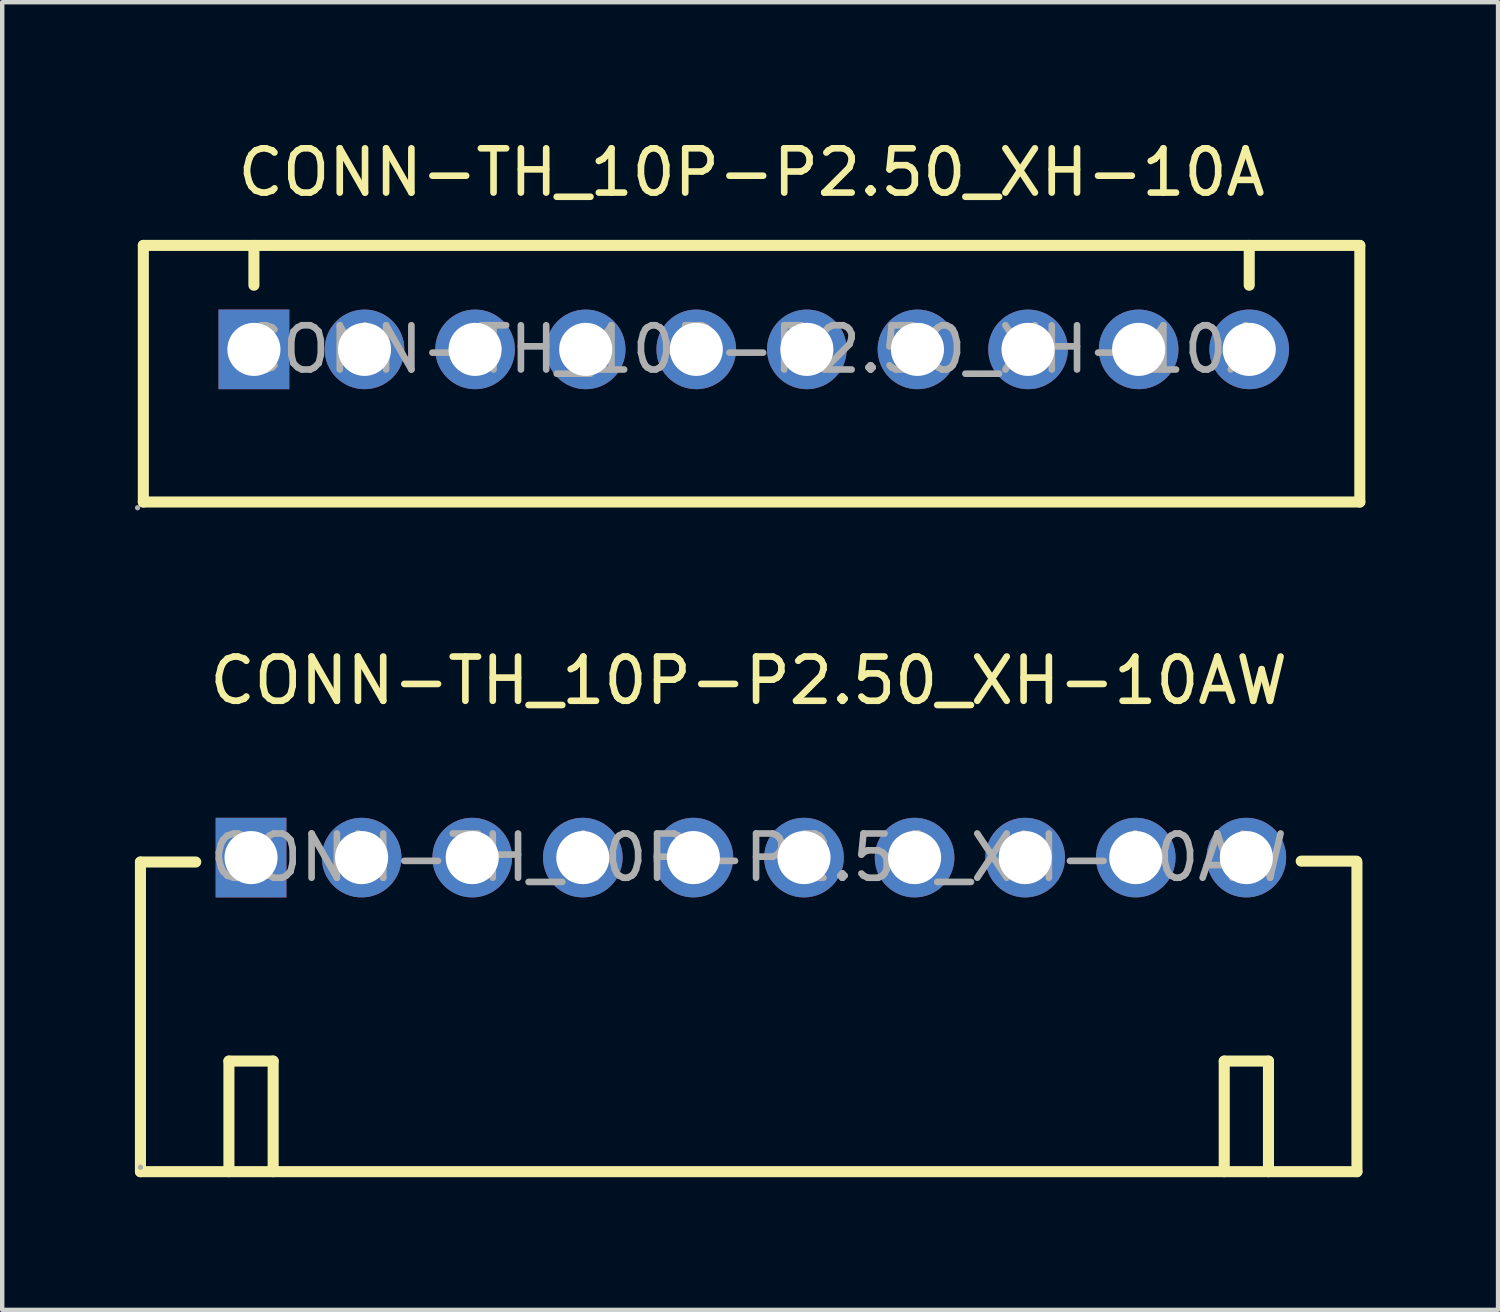
<source format=kicad_pcb>
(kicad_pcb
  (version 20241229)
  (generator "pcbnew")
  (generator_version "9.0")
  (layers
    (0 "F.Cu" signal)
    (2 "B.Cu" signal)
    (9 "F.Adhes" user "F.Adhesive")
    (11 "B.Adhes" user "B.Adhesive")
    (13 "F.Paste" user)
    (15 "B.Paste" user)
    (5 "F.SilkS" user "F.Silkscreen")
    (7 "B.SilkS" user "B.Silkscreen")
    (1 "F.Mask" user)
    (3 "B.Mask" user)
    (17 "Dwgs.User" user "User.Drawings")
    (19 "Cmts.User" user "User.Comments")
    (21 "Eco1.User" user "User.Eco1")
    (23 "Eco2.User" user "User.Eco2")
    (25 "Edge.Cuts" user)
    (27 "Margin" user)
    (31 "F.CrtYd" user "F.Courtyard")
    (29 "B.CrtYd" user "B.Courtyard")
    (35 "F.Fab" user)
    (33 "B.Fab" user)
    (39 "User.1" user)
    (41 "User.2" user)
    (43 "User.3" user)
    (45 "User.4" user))
  (footprint "CONN-TH_10P-P2.50_XH-10A"
    (layer "F.Cu")
    (at 13.94 4.848)
    (property "Reference" "CONN-TH_10P-P2.50_XH-10A" (at 0 -4 0) (layer "F.SilkS") (effects (font (size 1 1) (thickness 0.15))))
    (attr through_hole)
    (fp_line (start -13.75 -2.35) (end -13.75 3.45) (stroke (width 0.25) (type solid)) (layer "F.SilkS"))
    (fp_line (start -13.75 3.45) (end 13.75 3.45) (stroke (width 0.25) (type solid)) (layer "F.SilkS"))
    (fp_line (start -11.25 -1.45) (end -11.25 -2.35) (stroke (width 0.25) (type solid)) (layer "F.SilkS"))
    (fp_line (start 11.25 -1.45) (end 11.25 -2.35) (stroke (width 0.25) (type solid)) (layer "F.SilkS"))
    (fp_line (start 13.75 -2.35) (end -13.75 -2.35) (stroke (width 0.25) (type solid)) (layer "F.SilkS"))
    (fp_line (start 13.75 -2.35) (end 13.75 3.45) (stroke (width 0.25) (type solid)) (layer "F.SilkS"))
    (fp_circle (center -13.88 3.58) (end -13.85 3.58) (stroke (width 0.06) (type solid)) (fill no) (layer "F.Fab"))
    (fp_circle (center -11.25 0) (end -11 0) (stroke (width 0.5) (type solid)) (fill no) (layer "F.Fab"))
    (fp_circle (center -8.75 0) (end -8.5 0) (stroke (width 0.5) (type solid)) (fill no) (layer "F.Fab"))
    (fp_circle (center -6.25 0) (end -6 0) (stroke (width 0.5) (type solid)) (fill no) (layer "F.Fab"))
    (fp_circle (center -3.75 0) (end -3.5 0) (stroke (width 0.5) (type solid)) (fill no) (layer "F.Fab"))
    (fp_circle (center -1.25 0) (end -1 0) (stroke (width 0.5) (type solid)) (fill no) (layer "F.Fab"))
    (fp_circle (center 1.25 0) (end 1.5 0) (stroke (width 0.5) (type solid)) (fill no) (layer "F.Fab"))
    (fp_circle (center 3.75 0) (end 4 0) (stroke (width 0.5) (type solid)) (fill no) (layer "F.Fab"))
    (fp_circle (center 6.25 0) (end 6.5 0) (stroke (width 0.5) (type solid)) (fill no) (layer "F.Fab"))
    (fp_circle (center 8.75 0) (end 9 0) (stroke (width 0.5) (type solid)) (fill no) (layer "F.Fab"))
    (fp_circle (center 11.25 0) (end 11.5 0) (stroke (width 0.5) (type solid)) (fill no) (layer "F.Fab"))
    (fp_text user "${REFERENCE}" (at 0 0 0) (layer "F.Fab") (effects (font (size 1 1) (thickness 0.15))))
    (pad "1" thru_hole rect (at -11.25 0 180) (size 1.6 1.8) (drill 1.2) (layers "*.Cu" "*.Paste" "*.Mask"))
    (pad "2" thru_hole circle (at -8.75 0 180) (size 1.8 1.8) (drill 1.2) (layers "*.Cu" "*.Paste" "*.Mask"))
    (pad "3" thru_hole circle (at -6.25 0 180) (size 1.8 1.8) (drill 1.2) (layers "*.Cu" "*.Paste" "*.Mask"))
    (pad "4" thru_hole circle (at -3.75 0 180) (size 1.8 1.8) (drill 1.2) (layers "*.Cu" "*.Paste" "*.Mask"))
    (pad "5" thru_hole circle (at -1.25 0 180) (size 1.8 1.8) (drill 1.2) (layers "*.Cu" "*.Paste" "*.Mask"))
    (pad "6" thru_hole circle (at 1.25 0 180) (size 1.8 1.8) (drill 1.2) (layers "*.Cu" "*.Paste" "*.Mask"))
    (pad "7" thru_hole circle (at 3.75 0 180) (size 1.8 1.8) (drill 1.2) (layers "*.Cu" "*.Paste" "*.Mask"))
    (pad "8" thru_hole circle (at 6.25 0 180) (size 1.8 1.8) (drill 1.2) (layers "*.Cu" "*.Paste" "*.Mask"))
    (pad "9" thru_hole circle (at 8.75 0 180) (size 1.8 1.8) (drill 1.2) (layers "*.Cu" "*.Paste" "*.Mask"))
    (pad "10" thru_hole circle (at 11.25 0 180) (size 1.8 1.8) (drill 1.2) (layers "*.Cu" "*.Paste" "*.Mask")))
  (footprint "CONN-TH_10P-P2.50_XH-10AW"
    (layer "F.Cu")
    (at 13.875 16.337)
    (property "Reference" "CONN-TH_10P-P2.50_XH-10AW" (at 0 -4 0) (layer "F.SilkS") (effects (font (size 1 1) (thickness 0.15))))
    (attr through_hole)
    (fp_line (start -13.75 0.1) (end -13.75 7.1) (stroke (width 0.25) (type solid)) (layer "F.SilkS"))
    (fp_line (start -13.75 0.1) (end -12.5 0.1) (stroke (width 0.25) (type solid)) (layer "F.SilkS"))
    (fp_line (start -13.75 7.1) (end 13.75 7.1) (stroke (width 0.25) (type solid)) (layer "F.SilkS"))
    (fp_line (start -11.75 7.1) (end -11.75 4.6) (stroke (width 0.25) (type solid)) (layer "F.SilkS"))
    (fp_line (start -10.75 4.6) (end -11.75 4.6) (stroke (width 0.25) (type solid)) (layer "F.SilkS"))
    (fp_line (start -10.75 7.1) (end -10.75 4.6) (stroke (width 0.25) (type solid)) (layer "F.SilkS"))
    (fp_line (start 10.75 7.1) (end 10.75 4.6) (stroke (width 0.25) (type solid)) (layer "F.SilkS"))
    (fp_line (start 11.75 4.6) (end 10.75 4.6) (stroke (width 0.25) (type solid)) (layer "F.SilkS"))
    (fp_line (start 11.75 7.1) (end 11.75 4.6) (stroke (width 0.25) (type solid)) (layer "F.SilkS"))
    (fp_line (start 13.74 0.08) (end 12.49 0.08) (stroke (width 0.25) (type solid)) (layer "F.SilkS"))
    (fp_line (start 13.75 0.1) (end 13.75 7.1) (stroke (width 0.25) (type solid)) (layer "F.SilkS"))
    (fp_circle (center -13.75 7) (end -13.72 7) (stroke (width 0.06) (type solid)) (fill no) (layer "F.Fab"))
    (fp_text user "${REFERENCE}" (at 0 0 0) (layer "F.Fab") (effects (font (size 1 1) (thickness 0.15))))
    (pad "1" thru_hole rect (at -11.25 0 180) (size 1.6 1.8) (drill 1.2) (layers "*.Cu" "*.Paste" "*.Mask"))
    (pad "2" thru_hole circle (at -8.75 0 180) (size 1.8 1.8) (drill 1.2) (layers "*.Cu" "*.Paste" "*.Mask"))
    (pad "3" thru_hole circle (at -6.25 0 180) (size 1.8 1.8) (drill 1.2) (layers "*.Cu" "*.Paste" "*.Mask"))
    (pad "4" thru_hole circle (at -3.75 0 180) (size 1.8 1.8) (drill 1.2) (layers "*.Cu" "*.Paste" "*.Mask"))
    (pad "5" thru_hole circle (at -1.25 0 180) (size 1.8 1.8) (drill 1.2) (layers "*.Cu" "*.Paste" "*.Mask"))
    (pad "6" thru_hole circle (at 1.25 0 180) (size 1.8 1.8) (drill 1.2) (layers "*.Cu" "*.Paste" "*.Mask"))
    (pad "7" thru_hole circle (at 3.75 0 180) (size 1.8 1.8) (drill 1.2) (layers "*.Cu" "*.Paste" "*.Mask"))
    (pad "8" thru_hole circle (at 6.25 0 180) (size 1.8 1.8) (drill 1.2) (layers "*.Cu" "*.Paste" "*.Mask"))
    (pad "9" thru_hole circle (at 8.75 0 180) (size 1.8 1.8) (drill 1.2) (layers "*.Cu" "*.Paste" "*.Mask"))
    (pad "10" thru_hole circle (at 11.25 0 180) (size 1.8 1.8) (drill 1.2) (layers "*.Cu" "*.Paste" "*.Mask")))
  (gr_rect
    (start -3 -3)
    (end 30.815 26.561)
    (stroke (width 0.1) (type default))
    (fill no)
    (layer "Edge.Cuts")))
</source>
